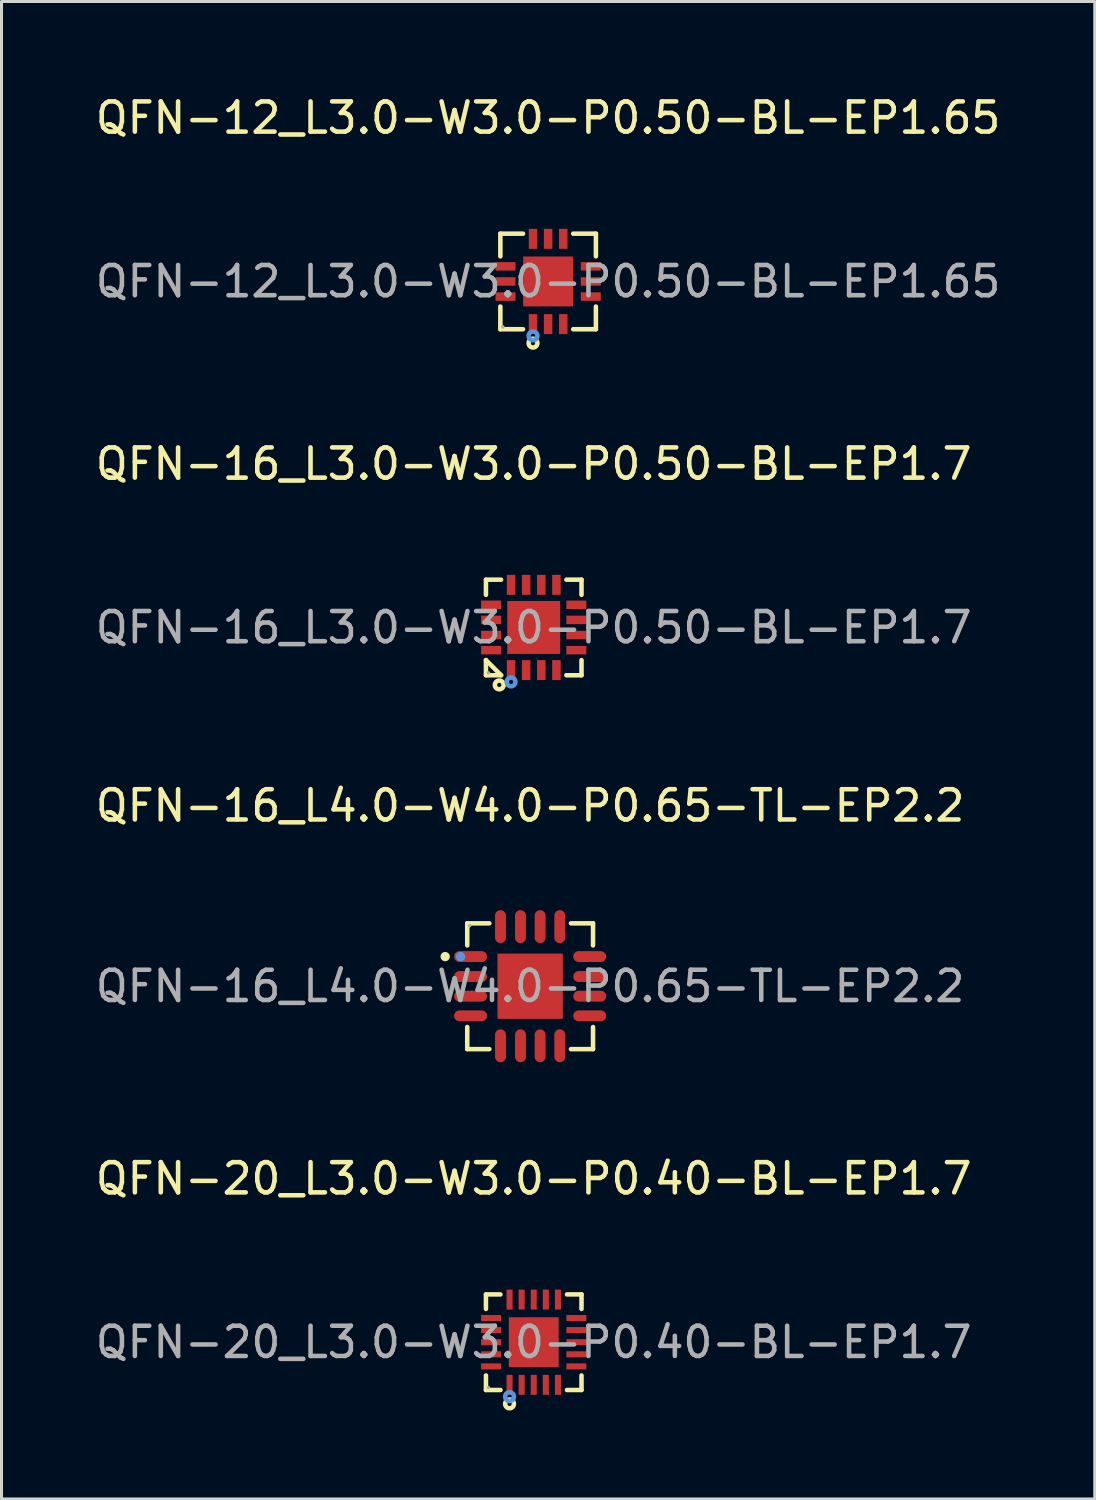
<source format=kicad_pcb>
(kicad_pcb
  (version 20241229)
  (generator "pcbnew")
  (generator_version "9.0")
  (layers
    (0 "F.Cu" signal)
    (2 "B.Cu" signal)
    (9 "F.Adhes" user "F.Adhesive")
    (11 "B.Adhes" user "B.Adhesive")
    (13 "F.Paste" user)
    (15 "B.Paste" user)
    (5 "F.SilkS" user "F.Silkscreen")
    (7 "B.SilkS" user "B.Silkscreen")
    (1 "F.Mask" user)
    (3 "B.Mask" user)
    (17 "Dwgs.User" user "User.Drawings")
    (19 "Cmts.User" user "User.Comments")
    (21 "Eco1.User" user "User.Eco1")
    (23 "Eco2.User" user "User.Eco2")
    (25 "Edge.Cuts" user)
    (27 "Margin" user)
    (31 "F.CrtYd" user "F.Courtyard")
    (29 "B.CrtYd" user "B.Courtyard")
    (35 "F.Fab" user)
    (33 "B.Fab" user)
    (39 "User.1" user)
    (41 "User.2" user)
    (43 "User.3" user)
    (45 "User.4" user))
  (footprint "QFN-20_L3.0-W3.0-P0.40-BL-EP1.7"
    (layer "F.Cu")
    (at 14.601 41.338)
    (property "Reference" "QFN-20_L3.0-W3.0-P0.40-BL-EP1.7" (at 0 -5.41 0) (layer "F.SilkS") (effects (font (size 1 1) (thickness 0.15))))
    (attr through_hole)
    (fp_line (start -1.58 -1.58) (end -1.1 -1.58) (stroke (width 0.15) (type solid)) (layer "F.SilkS"))
    (fp_line (start -1.58 -1.1) (end -1.58 -1.58) (stroke (width 0.15) (type solid)) (layer "F.SilkS"))
    (fp_line (start -1.58 1.1) (end -1.58 1.58) (stroke (width 0.15) (type solid)) (layer "F.SilkS"))
    (fp_line (start -1.58 1.58) (end -1.1 1.58) (stroke (width 0.15) (type solid)) (layer "F.SilkS"))
    (fp_line (start 1.58 -1.58) (end 1.1 -1.58) (stroke (width 0.15) (type solid)) (layer "F.SilkS"))
    (fp_line (start 1.58 -1.1) (end 1.58 -1.58) (stroke (width 0.15) (type solid)) (layer "F.SilkS"))
    (fp_line (start 1.58 1.1) (end 1.58 1.58) (stroke (width 0.15) (type solid)) (layer "F.SilkS"))
    (fp_line (start 1.58 1.58) (end 1.1 1.58) (stroke (width 0.15) (type solid)) (layer "F.SilkS"))
    (fp_circle (center -0.8 2.04) (end -0.73 2.04) (stroke (width 0.15) (type solid)) (fill no) (layer "F.SilkS"))
    (fp_circle (center -0.8 1.8) (end -0.73 1.8) (stroke (width 0.15) (type solid)) (fill no) (layer "Cmts.User"))
    (fp_circle (center -1.5 1.5) (end -1.47 1.5) (stroke (width 0.06) (type solid)) (fill no) (layer "F.Fab"))
    (fp_text user "${REFERENCE}" (at 0 0 0) (layer "F.Fab") (effects (font (size 1 1) (thickness 0.15))))
    (pad "1" smd rect (at -0.8 1.41) (size 0.2 0.66) (layers "F.Cu" "F.Mask" "F.Paste"))
    (pad "2" smd rect (at -0.4 1.41) (size 0.2 0.66) (layers "F.Cu" "F.Mask" "F.Paste"))
    (pad "3" smd rect (at 0 1.41) (size 0.2 0.66) (layers "F.Cu" "F.Mask" "F.Paste"))
    (pad "4" smd rect (at 0.4 1.41) (size 0.2 0.66) (layers "F.Cu" "F.Mask" "F.Paste"))
    (pad "5" smd rect (at 0.8 1.41) (size 0.2 0.66) (layers "F.Cu" "F.Mask" "F.Paste"))
    (pad "6" smd rect (at 1.41 0.8) (size 0.66 0.2) (layers "F.Cu" "F.Mask" "F.Paste"))
    (pad "7" smd rect (at 1.41 0.4) (size 0.66 0.2) (layers "F.Cu" "F.Mask" "F.Paste"))
    (pad "8" smd rect (at 1.41 0) (size 0.66 0.2) (layers "F.Cu" "F.Mask" "F.Paste"))
    (pad "9" smd rect (at 1.41 -0.4) (size 0.66 0.2) (layers "F.Cu" "F.Mask" "F.Paste"))
    (pad "10" smd rect (at 1.41 -0.8) (size 0.66 0.2) (layers "F.Cu" "F.Mask" "F.Paste"))
    (pad "11" smd rect (at 0.8 -1.41) (size 0.2 0.66) (layers "F.Cu" "F.Mask" "F.Paste"))
    (pad "12" smd rect (at 0.4 -1.41) (size 0.2 0.66) (layers "F.Cu" "F.Mask" "F.Paste"))
    (pad "13" smd rect (at 0 -1.41) (size 0.2 0.66) (layers "F.Cu" "F.Mask" "F.Paste"))
    (pad "14" smd rect (at -0.4 -1.41) (size 0.2 0.66) (layers "F.Cu" "F.Mask" "F.Paste"))
    (pad "15" smd rect (at -0.8 -1.41) (size 0.2 0.66) (layers "F.Cu" "F.Mask" "F.Paste"))
    (pad "16" smd rect (at -1.41 -0.8) (size 0.66 0.2) (layers "F.Cu" "F.Mask" "F.Paste"))
    (pad "17" smd rect (at -1.41 -0.4) (size 0.66 0.2) (layers "F.Cu" "F.Mask" "F.Paste"))
    (pad "18" smd rect (at -1.41 0) (size 0.66 0.2) (layers "F.Cu" "F.Mask" "F.Paste"))
    (pad "19" smd rect (at -1.41 0.4) (size 0.66 0.2) (layers "F.Cu" "F.Mask" "F.Paste"))
    (pad "20" smd rect (at -1.41 0.8) (size 0.66 0.2) (layers "F.Cu" "F.Mask" "F.Paste"))
    (pad "21" smd rect (at 0 0) (size 1.65 1.65) (layers "F.Cu" "F.Mask" "F.Paste")))
  (footprint "QFN-16_L4.0-W4.0-P0.65-TL-EP2.2"
    (layer "F.Cu")
    (at 14.482 29.565)
    (property "Reference" "QFN-16_L4.0-W4.0-P0.65-TL-EP2.2" (at 0 -5.97 0) (layer "F.SilkS") (effects (font (size 1 1) (thickness 0.15))))
    (attr through_hole)
    (fp_line (start -2.08 -2.08) (end -2.08 -1.35) (stroke (width 0.15) (type solid)) (layer "F.SilkS"))
    (fp_line (start -2.08 2.08) (end -2.08 1.35) (stroke (width 0.15) (type solid)) (layer "F.SilkS"))
    (fp_line (start -1.35 -2.08) (end -2.08 -2.08) (stroke (width 0.15) (type solid)) (layer "F.SilkS"))
    (fp_line (start -1.35 2.08) (end -2.08 2.08) (stroke (width 0.15) (type solid)) (layer "F.SilkS"))
    (fp_line (start 1.35 -2.08) (end 2.08 -2.08) (stroke (width 0.15) (type solid)) (layer "F.SilkS"))
    (fp_line (start 1.35 2.08) (end 2.08 2.08) (stroke (width 0.15) (type solid)) (layer "F.SilkS"))
    (fp_line (start 2.08 -2.08) (end 2.08 -1.35) (stroke (width 0.15) (type solid)) (layer "F.SilkS"))
    (fp_line (start 2.08 2.08) (end 2.08 1.35) (stroke (width 0.15) (type solid)) (layer "F.SilkS"))
    (fp_circle (center -2.81 -0.98) (end -2.73 -0.98) (stroke (width 0.15) (type solid)) (fill no) (layer "F.SilkS"))
    (fp_circle (center -2.3 -0.98) (end -2.22 -0.98) (stroke (width 0.15) (type solid)) (fill no) (layer "Cmts.User"))
    (fp_circle (center -2 -2) (end -1.97 -2) (stroke (width 0.06) (type solid)) (fill no) (layer "F.Fab"))
    (fp_text user "${REFERENCE}" (at 0 0 0) (layer "F.Fab") (effects (font (size 1 1) (thickness 0.15))))
    (pad "1" smd oval (at -1.97 -0.98 270) (size 0.36 1.09) (layers "F.Cu" "F.Mask" "F.Paste"))
    (pad "2" smd oval (at -1.97 -0.32 270) (size 0.36 1.09) (layers "F.Cu" "F.Mask" "F.Paste"))
    (pad "3" smd oval (at -1.97 0.33 270) (size 0.36 1.09) (layers "F.Cu" "F.Mask" "F.Paste"))
    (pad "4" smd oval (at -1.97 0.98 270) (size 0.36 1.09) (layers "F.Cu" "F.Mask" "F.Paste"))
    (pad "5" smd oval (at -0.98 1.97 270) (size 1.09 0.36) (layers "F.Cu" "F.Mask" "F.Paste"))
    (pad "6" smd oval (at -0.32 1.97 270) (size 1.09 0.36) (layers "F.Cu" "F.Mask" "F.Paste"))
    (pad "7" smd oval (at 0.33 1.97 270) (size 1.09 0.36) (layers "F.Cu" "F.Mask" "F.Paste"))
    (pad "8" smd oval (at 0.98 1.97 270) (size 1.09 0.36) (layers "F.Cu" "F.Mask" "F.Paste"))
    (pad "9" smd oval (at 1.97 0.98 270) (size 0.36 1.09) (layers "F.Cu" "F.Mask" "F.Paste"))
    (pad "10" smd oval (at 1.97 0.33 270) (size 0.36 1.09) (layers "F.Cu" "F.Mask" "F.Paste"))
    (pad "11" smd oval (at 1.97 -0.32 270) (size 0.36 1.09) (layers "F.Cu" "F.Mask" "F.Paste"))
    (pad "12" smd oval (at 1.97 -0.98 270) (size 0.36 1.09) (layers "F.Cu" "F.Mask" "F.Paste"))
    (pad "13" smd oval (at 0.98 -1.97 270) (size 1.09 0.36) (layers "F.Cu" "F.Mask" "F.Paste"))
    (pad "14" smd oval (at 0.33 -1.97 270) (size 1.09 0.36) (layers "F.Cu" "F.Mask" "F.Paste"))
    (pad "15" smd oval (at -0.32 -1.97 270) (size 1.09 0.36) (layers "F.Cu" "F.Mask" "F.Paste"))
    (pad "16" smd oval (at -0.98 -1.97 270) (size 1.09 0.36) (layers "F.Cu" "F.Mask" "F.Paste"))
    (pad "17" smd rect (at 0 0) (size 2.16 2.16) (layers "F.Cu" "F.Mask" "F.Paste")))
  (footprint "QFN-12_L3.0-W3.0-P0.50-BL-EP1.65"
    (layer "F.Cu")
    (at 15.077 6.258)
    (property "Reference" "QFN-12_L3.0-W3.0-P0.50-BL-EP1.65" (at 0 -5.41 0) (layer "F.SilkS") (effects (font (size 1 1) (thickness 0.15))))
    (attr through_hole)
    (fp_line (start -1.58 -1.58) (end -0.83 -1.58) (stroke (width 0.15) (type solid)) (layer "F.SilkS"))
    (fp_line (start -1.58 -0.83) (end -1.58 -1.58) (stroke (width 0.15) (type solid)) (layer "F.SilkS"))
    (fp_line (start -1.58 0.83) (end -1.58 1.58) (stroke (width 0.15) (type solid)) (layer "F.SilkS"))
    (fp_line (start -1.58 1.58) (end -0.83 1.58) (stroke (width 0.15) (type solid)) (layer "F.SilkS"))
    (fp_line (start 1.58 -1.58) (end 0.83 -1.58) (stroke (width 0.15) (type solid)) (layer "F.SilkS"))
    (fp_line (start 1.58 -0.83) (end 1.58 -1.58) (stroke (width 0.15) (type solid)) (layer "F.SilkS"))
    (fp_line (start 1.58 0.83) (end 1.58 1.58) (stroke (width 0.15) (type solid)) (layer "F.SilkS"))
    (fp_line (start 1.58 1.58) (end 0.83 1.58) (stroke (width 0.15) (type solid)) (layer "F.SilkS"))
    (fp_circle (center -0.5 2.04) (end -0.43 2.04) (stroke (width 0.15) (type solid)) (fill no) (layer "F.SilkS"))
    (fp_circle (center -0.5 1.8) (end -0.43 1.8) (stroke (width 0.15) (type solid)) (fill no) (layer "Cmts.User"))
    (fp_circle (center -1.5 1.5) (end -1.47 1.5) (stroke (width 0.06) (type solid)) (fill no) (layer "F.Fab"))
    (fp_text user "${REFERENCE}" (at 0 0 0) (layer "F.Fab") (effects (font (size 1 1) (thickness 0.15))))
    (pad "1" smd rect (at -0.5 1.41) (size 0.28 0.66) (layers "F.Cu" "F.Mask" "F.Paste"))
    (pad "2" smd rect (at 0 1.41) (size 0.28 0.66) (layers "F.Cu" "F.Mask" "F.Paste"))
    (pad "3" smd rect (at 0.5 1.41) (size 0.28 0.66) (layers "F.Cu" "F.Mask" "F.Paste"))
    (pad "4" smd rect (at 1.41 0.5) (size 0.66 0.28) (layers "F.Cu" "F.Mask" "F.Paste"))
    (pad "5" smd rect (at 1.41 0) (size 0.66 0.28) (layers "F.Cu" "F.Mask" "F.Paste"))
    (pad "6" smd rect (at 1.41 -0.5) (size 0.66 0.28) (layers "F.Cu" "F.Mask" "F.Paste"))
    (pad "7" smd rect (at 0.5 -1.41) (size 0.28 0.66) (layers "F.Cu" "F.Mask" "F.Paste"))
    (pad "8" smd rect (at 0 -1.41) (size 0.28 0.66) (layers "F.Cu" "F.Mask" "F.Paste"))
    (pad "9" smd rect (at -0.5 -1.41) (size 0.28 0.66) (layers "F.Cu" "F.Mask" "F.Paste"))
    (pad "10" smd rect (at -1.41 -0.5) (size 0.66 0.28) (layers "F.Cu" "F.Mask" "F.Paste"))
    (pad "11" smd rect (at -1.41 0) (size 0.66 0.28) (layers "F.Cu" "F.Mask" "F.Paste"))
    (pad "12" smd rect (at -1.41 0.5) (size 0.66 0.28) (layers "F.Cu" "F.Mask" "F.Paste"))
    (pad "13" smd rect (at 0 0) (size 1.65 1.65) (layers "F.Cu" "F.Mask" "F.Paste")))
  (footprint "QFN-16_L3.0-W3.0-P0.50-BL-EP1.7"
    (layer "F.Cu")
    (at 14.601 17.701)
    (property "Reference" "QFN-16_L3.0-W3.0-P0.50-BL-EP1.7" (at 0 -5.41 0) (layer "F.SilkS") (effects (font (size 1 1) (thickness 0.15))))
    (attr through_hole)
    (fp_line (start -1.58 -1.58) (end -1.08 -1.58) (stroke (width 0.15) (type solid)) (layer "F.SilkS"))
    (fp_line (start -1.58 -1.08) (end -1.58 -1.58) (stroke (width 0.15) (type solid)) (layer "F.SilkS"))
    (fp_line (start -1.58 1.08) (end -1.58 1.58) (stroke (width 0.15) (type solid)) (layer "F.SilkS"))
    (fp_line (start -1.58 1.58) (end -1.08 1.58) (stroke (width 0.15) (type solid)) (layer "F.SilkS"))
    (fp_line (start -1.08 1.58) (end -1.58 1.08) (stroke (width 0.15) (type solid)) (layer "F.SilkS"))
    (fp_line (start 1.58 -1.58) (end 1.08 -1.58) (stroke (width 0.15) (type solid)) (layer "F.SilkS"))
    (fp_line (start 1.58 -1.08) (end 1.58 -1.58) (stroke (width 0.15) (type solid)) (layer "F.SilkS"))
    (fp_line (start 1.58 1.08) (end 1.58 1.58) (stroke (width 0.15) (type solid)) (layer "F.SilkS"))
    (fp_line (start 1.58 1.58) (end 1.08 1.58) (stroke (width 0.15) (type solid)) (layer "F.SilkS"))
    (fp_circle (center -1.14 1.9) (end -1.07 1.9) (stroke (width 0.15) (type solid)) (fill no) (layer "F.SilkS"))
    (fp_circle (center -0.75 1.8) (end -0.68 1.8) (stroke (width 0.15) (type solid)) (fill no) (layer "Cmts.User"))
    (fp_circle (center -1.5 1.5) (end -1.47 1.5) (stroke (width 0.06) (type solid)) (fill no) (layer "F.Fab"))
    (fp_text user "${REFERENCE}" (at 0 0 0) (layer "F.Fab") (effects (font (size 1 1) (thickness 0.15))))
    (pad "1" smd rect (at -0.75 1.41) (size 0.28 0.66) (layers "F.Cu" "F.Mask" "F.Paste"))
    (pad "2" smd rect (at -0.25 1.41) (size 0.28 0.66) (layers "F.Cu" "F.Mask" "F.Paste"))
    (pad "3" smd rect (at 0.25 1.41) (size 0.28 0.66) (layers "F.Cu" "F.Mask" "F.Paste"))
    (pad "4" smd rect (at 0.75 1.41) (size 0.28 0.66) (layers "F.Cu" "F.Mask" "F.Paste"))
    (pad "5" smd rect (at 1.41 0.75) (size 0.66 0.28) (layers "F.Cu" "F.Mask" "F.Paste"))
    (pad "6" smd rect (at 1.41 0.25) (size 0.66 0.28) (layers "F.Cu" "F.Mask" "F.Paste"))
    (pad "7" smd rect (at 1.41 -0.25) (size 0.66 0.28) (layers "F.Cu" "F.Mask" "F.Paste"))
    (pad "8" smd rect (at 1.41 -0.75) (size 0.66 0.28) (layers "F.Cu" "F.Mask" "F.Paste"))
    (pad "9" smd rect (at 0.75 -1.41) (size 0.28 0.66) (layers "F.Cu" "F.Mask" "F.Paste"))
    (pad "10" smd rect (at 0.25 -1.41) (size 0.28 0.66) (layers "F.Cu" "F.Mask" "F.Paste"))
    (pad "11" smd rect (at -0.25 -1.41) (size 0.28 0.66) (layers "F.Cu" "F.Mask" "F.Paste"))
    (pad "12" smd rect (at -0.75 -1.41) (size 0.28 0.66) (layers "F.Cu" "F.Mask" "F.Paste"))
    (pad "13" smd rect (at -1.41 -0.75) (size 0.66 0.28) (layers "F.Cu" "F.Mask" "F.Paste"))
    (pad "14" smd rect (at -1.41 -0.25) (size 0.66 0.28) (layers "F.Cu" "F.Mask" "F.Paste"))
    (pad "15" smd rect (at -1.41 0.25) (size 0.66 0.28) (layers "F.Cu" "F.Mask" "F.Paste"))
    (pad "16" smd rect (at -1.41 0.75) (size 0.66 0.28) (layers "F.Cu" "F.Mask" "F.Paste"))
    (pad "17" smd rect (at 0 0) (size 1.75 1.75) (layers "F.Cu" "F.Mask" "F.Paste")))
  (gr_rect
    (start -3 -3)
    (end 33.155 46.523)
    (stroke (width 0.1) (type default))
    (fill no)
    (layer "Edge.Cuts")))
</source>
